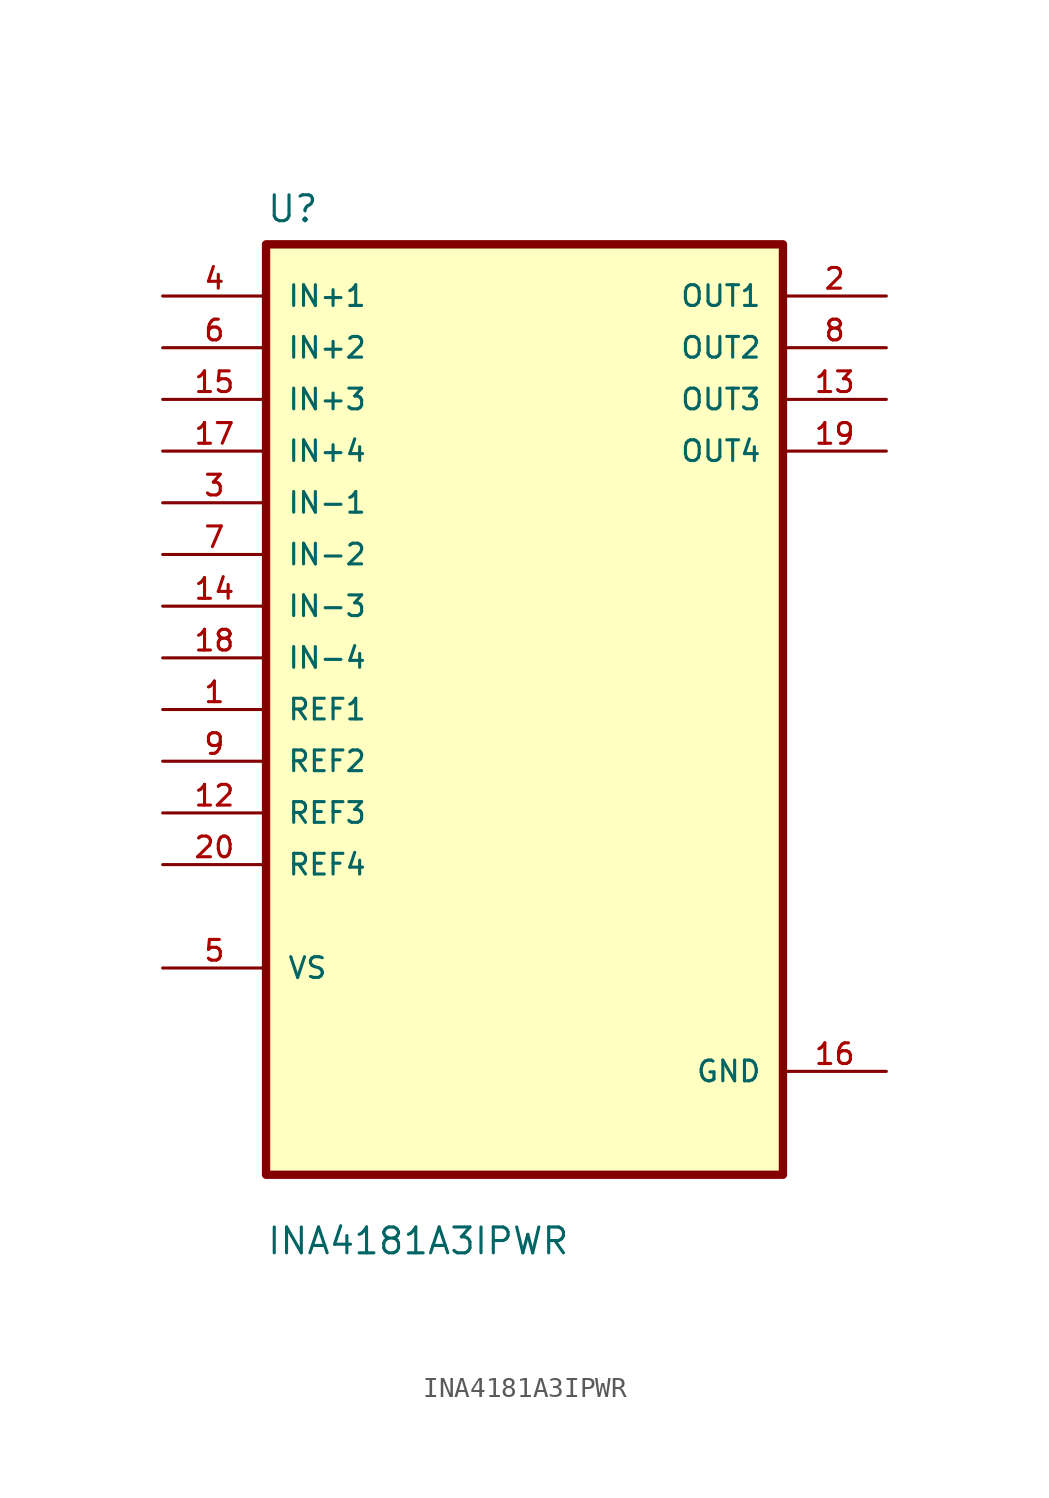
<source format=kicad_sym>
(kicad_symbol_lib
  (version 20211014)
  (generator kicad_symbol_editor)
  (symbol "INA4181A3IPWR"
    (pin_names
      (offset 1.016))
    (property "Reference" "U"
      (at -12.7 23.86 0.0)
      (effects (font (size 1.27 1.27)) (justify bottom left)))
    (property "Value" "INA4181A3IPWR"
      (at -12.7 -26.86 0.0)
      (effects (font (size 1.27 1.27)) (justify bottom left)))
    (symbol "INA4181A3IPWR_0_0"
      (rectangle (start -12.7 -22.86) (end 12.7 22.86) (stroke (width 0.41)) (fill (type background)))
      (pin input line (at -17.78 20.32 0) (length 5.08) (name "IN+1" (effects (font (size 1.016 1.016)))) (number "4" (effects (font (size 1.016 1.016)))))
      (pin input line (at -17.78 17.78 0) (length 5.08) (name "IN+2" (effects (font (size 1.016 1.016)))) (number "6" (effects (font (size 1.016 1.016)))))
      (pin input line (at -17.78 15.24 0) (length 5.08) (name "IN+3" (effects (font (size 1.016 1.016)))) (number "15" (effects (font (size 1.016 1.016)))))
      (pin input line (at -17.78 12.7 0) (length 5.08) (name "IN+4" (effects (font (size 1.016 1.016)))) (number "17" (effects (font (size 1.016 1.016)))))
      (pin input line (at -17.78 10.16 0) (length 5.08) (name "IN-1" (effects (font (size 1.016 1.016)))) (number "3" (effects (font (size 1.016 1.016)))))
      (pin input line (at -17.78 7.62 0) (length 5.08) (name "IN-2" (effects (font (size 1.016 1.016)))) (number "7" (effects (font (size 1.016 1.016)))))
      (pin input line (at -17.78 5.08 0) (length 5.08) (name "IN-3" (effects (font (size 1.016 1.016)))) (number "14" (effects (font (size 1.016 1.016)))))
      (pin input line (at -17.78 2.54 0) (length 5.08) (name "IN-4" (effects (font (size 1.016 1.016)))) (number "18" (effects (font (size 1.016 1.016)))))
      (pin input line (at -17.78 3.55271e-15 0) (length 5.08) (name "REF1" (effects (font (size 1.016 1.016)))) (number "1" (effects (font (size 1.016 1.016)))))
      (pin input line (at -17.78 -2.54 0) (length 5.08) (name "REF2" (effects (font (size 1.016 1.016)))) (number "9" (effects (font (size 1.016 1.016)))))
      (pin input line (at -17.78 -5.08 0) (length 5.08) (name "REF3" (effects (font (size 1.016 1.016)))) (number "12" (effects (font (size 1.016 1.016)))))
      (pin input line (at -17.78 -7.62 0) (length 5.08) (name "REF4" (effects (font (size 1.016 1.016)))) (number "20" (effects (font (size 1.016 1.016)))))
      (pin bidirectional line (at -17.78 -12.7 0) (length 5.08) (name "VS" (effects (font (size 1.016 1.016)))) (number "5" (effects (font (size 1.016 1.016)))))
      (pin output line (at 17.78 20.32 180.0) (length 5.08) (name "OUT1" (effects (font (size 1.016 1.016)))) (number "2" (effects (font (size 1.016 1.016)))))
      (pin output line (at 17.78 17.78 180.0) (length 5.08) (name "OUT2" (effects (font (size 1.016 1.016)))) (number "8" (effects (font (size 1.016 1.016)))))
      (pin output line (at 17.78 15.24 180.0) (length 5.08) (name "OUT3" (effects (font (size 1.016 1.016)))) (number "13" (effects (font (size 1.016 1.016)))))
      (pin output line (at 17.78 12.7 180.0) (length 5.08) (name "OUT4" (effects (font (size 1.016 1.016)))) (number "19" (effects (font (size 1.016 1.016)))))
      (pin power_in line (at 17.78 -17.78 180.0) (length 5.08) (name "GND" (effects (font (size 1.016 1.016)))) (number "16" (effects (font (size 1.016 1.016))))))))
</source>
